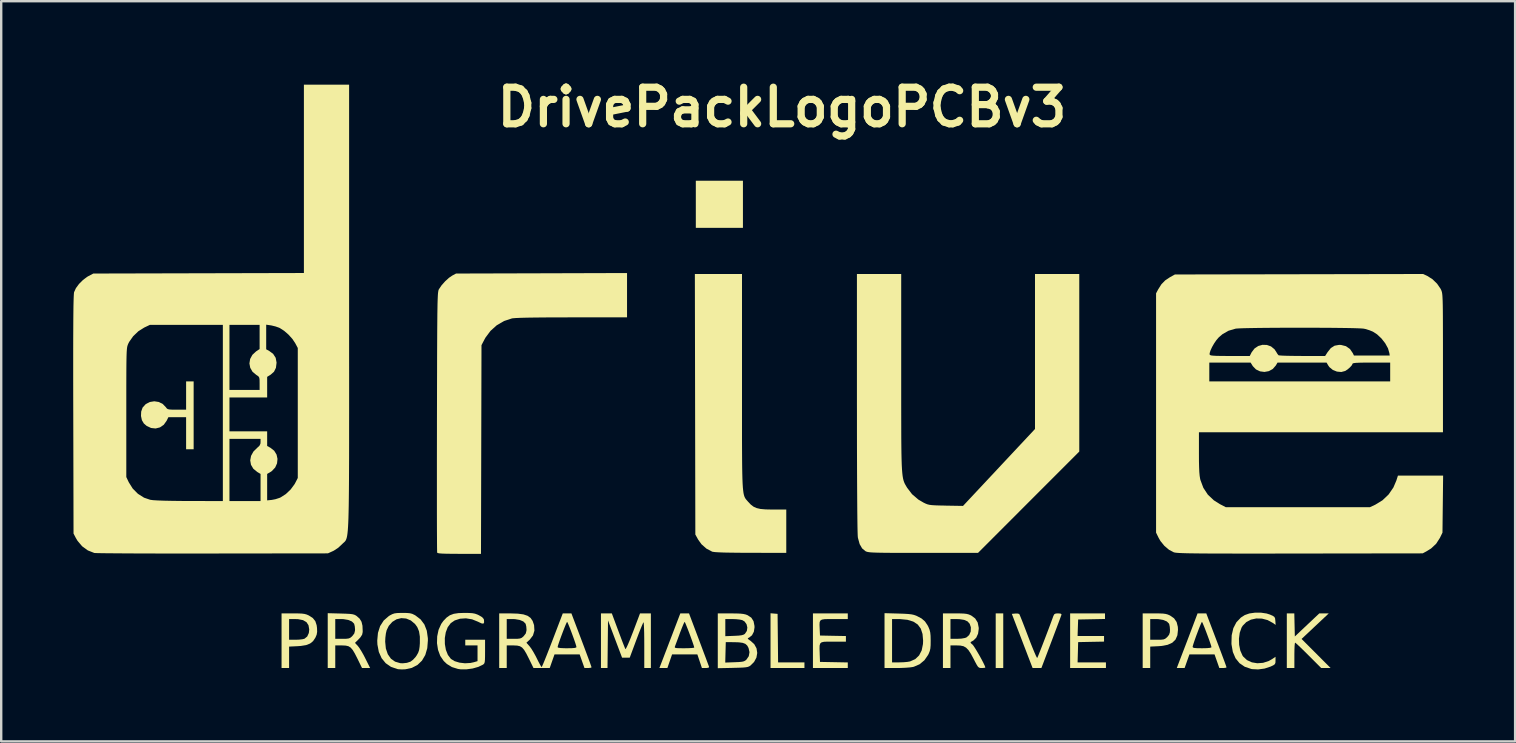
<source format=kicad_pcb>
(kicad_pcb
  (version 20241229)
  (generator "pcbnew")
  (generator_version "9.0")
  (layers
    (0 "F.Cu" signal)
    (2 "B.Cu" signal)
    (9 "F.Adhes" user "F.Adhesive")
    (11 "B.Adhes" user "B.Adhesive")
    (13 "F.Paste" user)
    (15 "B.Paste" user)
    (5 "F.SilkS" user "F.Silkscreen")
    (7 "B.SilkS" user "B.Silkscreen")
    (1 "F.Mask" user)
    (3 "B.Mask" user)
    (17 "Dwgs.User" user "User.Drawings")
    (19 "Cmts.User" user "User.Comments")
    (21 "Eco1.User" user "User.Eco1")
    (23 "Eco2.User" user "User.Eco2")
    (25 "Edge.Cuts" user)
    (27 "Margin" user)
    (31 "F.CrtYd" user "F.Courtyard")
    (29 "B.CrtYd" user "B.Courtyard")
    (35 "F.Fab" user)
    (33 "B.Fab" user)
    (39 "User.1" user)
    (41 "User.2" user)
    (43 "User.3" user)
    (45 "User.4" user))
  (footprint "DrivePackLogoPCBv3"
    (layer "F.Cu")
    (at 29.281 13.864)
    (property "Reference" "DrivePackLogoPCBv3" (at 0.254 -12.446 0) (layer "F.SilkS") (effects (font (size 1.524 1.524) (thickness 0.3))))
    (attr board_only exclude_from_pos_files exclude_from_bom)
    (fp_poly (pts (xy -1.374 -7.42) (xy -3.337 -7.42) (xy -3.337 -9.383) (xy -1.374 -9.383)) (stroke (width 0) (type solid)) (fill yes) (layer "F.SilkS"))
    (fp_poly (pts (xy 9.473 10.922) (xy 9.159 10.922) (xy 9.159 8.645) (xy 9.473 8.645)) (stroke (width 0) (type solid)) (fill yes) (layer "F.SilkS"))
    (fp_poly (pts (xy 0.07 8.665) (xy 0.081 9.676) (xy 0.091 10.686) (xy 1.189 10.686) (xy 1.189 10.922) (xy -0.224 10.922) (xy -0.224 8.64)) (stroke (width 0) (type solid)) (fill yes) (layer "F.SilkS"))
    (fp_poly (pts (xy 13.713 8.878) (xy 13.153 8.889) (xy 12.594 8.9) (xy 12.582 9.244) (xy 12.571 9.587) (xy 13.673 9.587) (xy 13.673 9.821) (xy 13.134 9.831) (xy 12.594 9.842) (xy 12.583 10.264) (xy 12.571 10.686) (xy 13.752 10.686) (xy 13.752 10.922) (xy 12.26 10.922) (xy 12.26 8.645) (xy 13.713 8.645)) (stroke (width 0) (type solid)) (fill yes) (layer "F.SilkS"))
    (fp_poly (pts (xy 2.995 8.881) (xy 2.427 8.881) (xy 2.193 8.881) (xy 2.027 8.886) (xy 1.917 8.904) (xy 1.853 8.943) (xy 1.823 9.011) (xy 1.817 9.115) (xy 1.823 9.265) (xy 1.825 9.314) (xy 1.837 9.568) (xy 2.377 9.579) (xy 2.917 9.589) (xy 2.917 9.823) (xy 2.387 9.823) (xy 2.163 9.822) (xy 2.005 9.828) (xy 1.903 9.851) (xy 1.846 9.9) (xy 1.821 9.986) (xy 1.818 10.12) (xy 1.825 10.312) (xy 1.825 10.333) (xy 1.837 10.667) (xy 2.995 10.689) (xy 2.995 10.922) (xy 1.543 10.922) (xy 1.543 8.645) (xy 2.995 8.645)) (stroke (width 0) (type solid)) (fill yes) (layer "F.SilkS"))
    (fp_poly (pts (xy 21.612 9.126) (xy 21.623 9.607) (xy 22.643 8.645) (xy 22.84 8.646) (xy 23.036 8.647) (xy 22.84 8.831) (xy 22.732 8.932) (xy 22.587 9.069) (xy 22.423 9.222) (xy 22.274 9.363) (xy 21.904 9.71) (xy 23.114 10.922) (xy 22.721 10.922) (xy 22.192 10.392) (xy 22.026 10.227) (xy 21.878 10.083) (xy 21.757 9.968) (xy 21.673 9.892) (xy 21.634 9.862) (xy 21.634 9.862) (xy 21.623 9.899) (xy 21.613 10) (xy 21.607 10.151) (xy 21.604 10.338) (xy 21.604 10.392) (xy 21.604 10.922) (xy 21.289 10.922) (xy 21.289 8.645) (xy 21.601 8.645)) (stroke (width 0) (type solid)) (fill yes) (layer "F.SilkS"))
    (fp_poly (pts (xy -24.262 1.806) (xy -24.576 1.806) (xy -24.576 0.471) (xy -25.315 0.471) (xy -25.387 0.618) (xy -25.508 0.787) (xy -25.666 0.895) (xy -25.846 0.94) (xy -26.035 0.92) (xy -26.219 0.834) (xy -26.339 0.73) (xy -26.419 0.593) (xy -26.456 0.419) (xy -26.448 0.237) (xy -26.392 0.076) (xy -26.386 0.065) (xy -26.256 -0.077) (xy -26.089 -0.163) (xy -25.904 -0.193) (xy -25.718 -0.165) (xy -25.549 -0.081) (xy -25.417 0.057) (xy -25.383 0.103) (xy -25.342 0.132) (xy -25.277 0.148) (xy -25.17 0.155) (xy -25.006 0.157) (xy -24.964 0.157) (xy -24.576 0.157) (xy -24.576 -1.021) (xy -24.262 -1.021)) (stroke (width 0) (type solid)) (fill yes) (layer "F.SilkS"))
    (fp_poly (pts (xy -6.569 9.366) (xy -6.484 9.591) (xy -6.408 9.793) (xy -6.344 9.958) (xy -6.297 10.075) (xy -6.273 10.132) (xy -6.272 10.134) (xy -6.25 10.113) (xy -6.205 10.028) (xy -6.142 9.887) (xy -6.064 9.699) (xy -5.976 9.473) (xy -5.952 9.413) (xy -5.662 8.645) (xy -5.21 8.645) (xy -5.21 10.922) (xy -5.485 10.922) (xy -5.485 9.958) (xy -5.486 9.693) (xy -5.489 9.458) (xy -5.495 9.263) (xy -5.502 9.117) (xy -5.51 9.032) (xy -5.517 9.014) (xy -5.54 9.055) (xy -5.585 9.159) (xy -5.648 9.313) (xy -5.724 9.507) (xy -5.807 9.728) (xy -5.82 9.762) (xy -6.091 10.49) (xy -6.41 10.49) (xy -6.996 8.939) (xy -7.007 9.931) (xy -7.017 10.922) (xy -7.29 10.922) (xy -7.29 8.645) (xy -6.837 8.645)) (stroke (width 0) (type solid)) (fill yes) (layer "F.SilkS"))
    (fp_poly (pts (xy -19.905 8.647) (xy -19.753 8.653) (xy -19.642 8.668) (xy -19.554 8.692) (xy -19.471 8.728) (xy -19.461 8.733) (xy -19.296 8.84) (xy -19.192 8.969) (xy -19.136 9.141) (xy -19.121 9.257) (xy -19.116 9.413) (xy -19.136 9.533) (xy -19.189 9.656) (xy -19.193 9.663) (xy -19.287 9.803) (xy -19.41 9.901) (xy -19.576 9.966) (xy -19.797 10.002) (xy -19.939 10.012) (xy -20.285 10.029) (xy -20.285 10.922) (xy -20.599 10.922) (xy -20.599 9.744) (xy -20.285 9.744) (xy -20.012 9.744) (xy -19.859 9.738) (xy -19.725 9.722) (xy -19.643 9.701) (xy -19.529 9.608) (xy -19.462 9.462) (xy -19.446 9.315) (xy -19.477 9.138) (xy -19.561 9.01) (xy -19.704 8.927) (xy -19.909 8.886) (xy -20.048 8.881) (xy -20.285 8.881) (xy -20.285 9.744) (xy -20.599 9.744) (xy -20.599 8.645) (xy -20.117 8.645)) (stroke (width 0) (type solid)) (fill yes) (layer "F.SilkS"))
    (fp_poly (pts (xy 15.977 8.647) (xy 16.13 8.653) (xy 16.241 8.668) (xy 16.329 8.692) (xy 16.413 8.729) (xy 16.422 8.733) (xy 16.591 8.851) (xy 16.697 9.005) (xy 16.748 9.207) (xy 16.754 9.332) (xy 16.729 9.559) (xy 16.651 9.737) (xy 16.516 9.868) (xy 16.321 9.955) (xy 16.061 10.003) (xy 15.941 10.012) (xy 15.597 10.029) (xy 15.597 10.922) (xy 15.283 10.922) (xy 15.283 9.744) (xy 15.597 9.744) (xy 15.894 9.744) (xy 16.05 9.742) (xy 16.151 9.73) (xy 16.22 9.703) (xy 16.282 9.653) (xy 16.307 9.63) (xy 16.383 9.536) (xy 16.416 9.434) (xy 16.421 9.332) (xy 16.412 9.204) (xy 16.39 9.097) (xy 16.379 9.071) (xy 16.29 8.982) (xy 16.138 8.918) (xy 15.939 8.884) (xy 15.834 8.881) (xy 15.597 8.881) (xy 15.597 9.744) (xy 15.283 9.744) (xy 15.283 8.645) (xy 15.765 8.645)) (stroke (width 0) (type solid)) (fill yes) (layer "F.SilkS"))
    (fp_poly (pts (xy -1.413 -1.008) (xy -1.413 -0.302) (xy -1.413 0.329) (xy -1.413 0.891) (xy -1.413 1.387) (xy -1.411 1.822) (xy -1.409 2.201) (xy -1.406 2.527) (xy -1.401 2.805) (xy -1.395 3.04) (xy -1.387 3.236) (xy -1.377 3.396) (xy -1.364 3.526) (xy -1.35 3.63) (xy -1.332 3.713) (xy -1.312 3.777) (xy -1.288 3.829) (xy -1.261 3.873) (xy -1.231 3.911) (xy -1.196 3.95) (xy -1.158 3.994) (xy -1.156 3.996) (xy -1.045 4.113) (xy -0.932 4.199) (xy -0.803 4.257) (xy -0.642 4.294) (xy -0.435 4.312) (xy -0.166 4.318) (xy -0.125 4.318) (xy 0.432 4.318) (xy 0.432 6.124) (xy -1.05 6.121) (xy -1.492 6.119) (xy -1.859 6.115) (xy -2.153 6.11) (xy -2.379 6.101) (xy -2.538 6.091) (xy -2.634 6.078) (xy -2.657 6.072) (xy -2.894 5.947) (xy -3.101 5.764) (xy -3.239 5.572) (xy -3.357 5.359) (xy -3.367 -0.069) (xy -3.377 -5.496) (xy -1.413 -5.496)) (stroke (width 0) (type solid)) (fill yes) (layer "F.SilkS"))
    (fp_poly (pts (xy 11.863 8.654) (xy 11.901 8.684) (xy 11.9 8.697) (xy 11.883 8.746) (xy 11.842 8.858) (xy 11.78 9.025) (xy 11.701 9.236) (xy 11.608 9.482) (xy 11.506 9.754) (xy 11.475 9.835) (xy 11.063 10.921) (xy 10.879 10.922) (xy 10.696 10.922) (xy 10.556 10.559) (xy 10.497 10.406) (xy 10.418 10.198) (xy 10.324 9.955) (xy 10.225 9.695) (xy 10.125 9.435) (xy 10.123 9.43) (xy 9.831 8.665) (xy 9.971 8.652) (xy 10.072 8.652) (xy 10.136 8.668) (xy 10.14 8.672) (xy 10.161 8.716) (xy 10.206 8.824) (xy 10.27 8.984) (xy 10.349 9.187) (xy 10.439 9.422) (xy 10.514 9.619) (xy 10.609 9.867) (xy 10.697 10.088) (xy 10.773 10.271) (xy 10.833 10.407) (xy 10.873 10.486) (xy 10.888 10.502) (xy 10.909 10.46) (xy 10.952 10.355) (xy 11.013 10.202) (xy 11.088 10.01) (xy 11.172 9.792) (xy 11.261 9.56) (xy 11.35 9.326) (xy 11.434 9.102) (xy 11.509 8.899) (xy 11.562 8.753) (xy 11.599 8.682) (xy 11.66 8.651) (xy 11.756 8.645)) (stroke (width 0) (type solid)) (fill yes) (layer "F.SilkS"))
    (fp_poly (pts (xy 20.212 8.615) (xy 20.447 8.65) (xy 20.583 8.693) (xy 20.703 8.746) (xy 20.769 8.791) (xy 20.799 8.849) (xy 20.81 8.941) (xy 20.811 8.954) (xy 20.823 9.125) (xy 20.712 9.046) (xy 20.488 8.924) (xy 20.251 8.862) (xy 20.014 8.857) (xy 19.792 8.906) (xy 19.599 9.009) (xy 19.449 9.162) (xy 19.403 9.237) (xy 19.327 9.453) (xy 19.294 9.701) (xy 19.302 9.956) (xy 19.351 10.196) (xy 19.44 10.398) (xy 19.472 10.445) (xy 19.63 10.592) (xy 19.832 10.685) (xy 20.06 10.723) (xy 20.3 10.705) (xy 20.534 10.63) (xy 20.676 10.55) (xy 20.818 10.453) (xy 20.818 10.611) (xy 20.814 10.702) (xy 20.79 10.761) (xy 20.728 10.807) (xy 20.612 10.862) (xy 20.363 10.944) (xy 20.094 10.98) (xy 19.841 10.967) (xy 19.81 10.961) (xy 19.538 10.87) (xy 19.318 10.72) (xy 19.152 10.515) (xy 19.04 10.255) (xy 18.985 9.941) (xy 18.982 9.9) (xy 18.992 9.556) (xy 19.061 9.26) (xy 19.189 9.014) (xy 19.375 8.819) (xy 19.537 8.715) (xy 19.728 8.648) (xy 19.963 8.615)) (stroke (width 0) (type solid)) (fill yes) (layer "F.SilkS"))
    (fp_poly (pts (xy 5.105 8.652) (xy 5.343 8.66) (xy 5.519 8.671) (xy 5.65 8.686) (xy 5.752 8.708) (xy 5.842 8.74) (xy 5.88 8.757) (xy 6.073 8.86) (xy 6.211 8.98) (xy 6.318 9.138) (xy 6.357 9.214) (xy 6.403 9.327) (xy 6.431 9.44) (xy 6.445 9.579) (xy 6.449 9.77) (xy 6.449 9.786) (xy 6.447 9.973) (xy 6.436 10.106) (xy 6.412 10.212) (xy 6.371 10.316) (xy 6.342 10.375) (xy 6.189 10.597) (xy 5.987 10.765) (xy 5.749 10.868) (xy 5.704 10.879) (xy 5.584 10.896) (xy 5.41 10.91) (xy 5.206 10.919) (xy 5.015 10.922) (xy 4.526 10.922) (xy 4.526 8.881) (xy 4.84 8.881) (xy 4.84 10.686) (xy 5.145 10.686) (xy 5.315 10.681) (xy 5.474 10.667) (xy 5.59 10.647) (xy 5.595 10.645) (xy 5.807 10.55) (xy 5.967 10.396) (xy 6.075 10.186) (xy 6.128 9.922) (xy 6.134 9.784) (xy 6.11 9.504) (xy 6.037 9.28) (xy 5.91 9.109) (xy 5.726 8.988) (xy 5.483 8.913) (xy 5.177 8.883) (xy 5.105 8.882) (xy 4.84 8.881) (xy 4.526 8.881) (xy 4.526 8.636)) (stroke (width 0) (type solid)) (fill yes) (layer "F.SilkS"))
    (fp_poly (pts (xy -18.136 8.651) (xy -17.915 8.658) (xy -17.758 8.666) (xy -17.649 8.679) (xy -17.571 8.699) (xy -17.51 8.728) (xy -17.468 8.756) (xy -17.345 8.865) (xy -17.267 8.994) (xy -17.227 9.161) (xy -17.218 9.383) (xy -17.219 9.425) (xy -17.241 9.531) (xy -17.309 9.638) (xy -17.381 9.716) (xy -17.54 9.875) (xy -17.425 9.996) (xy -17.36 10.081) (xy -17.274 10.217) (xy -17.179 10.383) (xy -17.109 10.52) (xy -16.908 10.922) (xy -17.246 10.922) (xy -17.44 10.525) (xy -17.547 10.315) (xy -17.636 10.167) (xy -17.72 10.07) (xy -17.812 10.013) (xy -17.925 9.987) (xy -18.07 9.98) (xy -18.092 9.98) (xy -18.361 9.98) (xy -18.361 10.922) (xy -18.675 10.922) (xy -18.675 9.705) (xy -18.361 9.705) (xy -18.064 9.705) (xy -17.908 9.703) (xy -17.808 9.691) (xy -17.738 9.664) (xy -17.676 9.614) (xy -17.652 9.59) (xy -17.569 9.484) (xy -17.539 9.365) (xy -17.537 9.313) (xy -17.547 9.189) (xy -17.572 9.087) (xy -17.579 9.071) (xy -17.669 8.982) (xy -17.82 8.918) (xy -18.019 8.884) (xy -18.124 8.881) (xy -18.361 8.881) (xy -18.361 9.705) (xy -18.675 9.705) (xy -18.675 8.637)) (stroke (width 0) (type solid)) (fill yes) (layer "F.SilkS"))
    (fp_poly (pts (xy 17.933 8.645) (xy 18.355 9.755) (xy 18.46 10.033) (xy 18.556 10.288) (xy 18.639 10.51) (xy 18.706 10.69) (xy 18.752 10.818) (xy 18.775 10.886) (xy 18.777 10.893) (xy 18.742 10.912) (xy 18.656 10.921) (xy 18.627 10.922) (xy 18.477 10.922) (xy 18.377 10.637) (xy 18.277 10.353) (xy 17.231 10.353) (xy 17.03 10.922) (xy 16.867 10.922) (xy 16.704 10.922) (xy 16.956 10.264) (xy 17.041 10.042) (xy 17.364 10.042) (xy 17.379 10.068) (xy 17.432 10.085) (xy 17.537 10.094) (xy 17.704 10.097) (xy 17.756 10.098) (xy 17.964 10.093) (xy 18.095 10.08) (xy 18.148 10.059) (xy 18.149 10.054) (xy 18.136 9.998) (xy 18.101 9.89) (xy 18.051 9.745) (xy 17.99 9.579) (xy 17.926 9.408) (xy 17.865 9.249) (xy 17.811 9.117) (xy 17.772 9.028) (xy 17.753 8.998) (xy 17.731 9.033) (xy 17.69 9.125) (xy 17.635 9.26) (xy 17.574 9.42) (xy 17.51 9.59) (xy 17.452 9.754) (xy 17.404 9.895) (xy 17.373 9.998) (xy 17.364 10.042) (xy 17.041 10.042) (xy 17.055 10.006) (xy 17.161 9.728) (xy 17.263 9.459) (xy 17.352 9.224) (xy 17.389 9.126) (xy 17.57 8.645)) (stroke (width 0) (type solid)) (fill yes) (layer "F.SilkS"))
    (fp_poly (pts (xy -3.801 8.646) (xy -3.62 8.647) (xy -3.21 9.735) (xy -3.106 10.012) (xy -3.011 10.267) (xy -2.927 10.489) (xy -2.86 10.67) (xy -2.812 10.798) (xy -2.787 10.866) (xy -2.784 10.873) (xy -2.802 10.907) (xy -2.889 10.921) (xy -2.925 10.922) (xy -3.083 10.922) (xy -3.178 10.637) (xy -3.273 10.353) (xy -4.326 10.353) (xy -4.424 10.637) (xy -4.522 10.922) (xy -4.855 10.922) (xy -4.783 10.736) (xy -4.749 10.648) (xy -4.692 10.499) (xy -4.616 10.301) (xy -4.526 10.068) (xy -4.523 10.059) (xy -4.215 10.059) (xy -4.195 10.079) (xy -4.137 10.091) (xy -4.027 10.096) (xy -3.853 10.098) (xy -3.82 10.098) (xy -3.65 10.095) (xy -3.513 10.088) (xy -3.426 10.078) (xy -3.403 10.068) (xy -3.416 10.015) (xy -3.45 9.909) (xy -3.5 9.765) (xy -3.56 9.599) (xy -3.624 9.427) (xy -3.687 9.265) (xy -3.741 9.129) (xy -3.781 9.035) (xy -3.802 8.998) (xy -3.802 8.998) (xy -3.825 9.033) (xy -3.868 9.128) (xy -3.925 9.269) (xy -3.992 9.443) (xy -4.005 9.479) (xy -4.074 9.666) (xy -4.135 9.83) (xy -4.182 9.955) (xy -4.208 10.025) (xy -4.21 10.029) (xy -4.215 10.059) (xy -4.523 10.059) (xy -4.428 9.81) (xy -4.346 9.597) (xy -3.983 8.645)) (stroke (width 0) (type solid)) (fill yes) (layer "F.SilkS"))
    (fp_poly (pts (xy -12.787 8.628) (xy -12.646 8.637) (xy -12.54 8.657) (xy -12.444 8.691) (xy -12.374 8.724) (xy -12.241 8.803) (xy -12.176 8.878) (xy -12.165 8.913) (xy -12.159 9.02) (xy -12.186 9.07) (xy -12.255 9.066) (xy -12.375 9.012) (xy -12.409 8.994) (xy -12.658 8.893) (xy -12.914 8.851) (xy -13.162 8.867) (xy -13.384 8.939) (xy -13.55 9.053) (xy -13.674 9.219) (xy -13.756 9.432) (xy -13.796 9.673) (xy -13.794 9.923) (xy -13.752 10.164) (xy -13.668 10.376) (xy -13.543 10.54) (xy -13.539 10.543) (xy -13.388 10.636) (xy -13.186 10.697) (xy -12.959 10.724) (xy -12.729 10.711) (xy -12.585 10.68) (xy -12.433 10.635) (xy -12.433 9.98) (xy -12.944 9.98) (xy -12.944 9.744) (xy -12.119 9.744) (xy -12.119 10.234) (xy -12.12 10.439) (xy -12.124 10.579) (xy -12.133 10.67) (xy -12.15 10.725) (xy -12.178 10.76) (xy -12.208 10.782) (xy -12.399 10.874) (xy -12.636 10.941) (xy -12.891 10.976) (xy -13.134 10.976) (xy -13.247 10.96) (xy -13.5 10.882) (xy -13.71 10.753) (xy -13.842 10.628) (xy -13.986 10.417) (xy -14.079 10.165) (xy -14.122 9.887) (xy -14.114 9.603) (xy -14.056 9.329) (xy -13.946 9.084) (xy -13.856 8.958) (xy -13.721 8.818) (xy -13.583 8.722) (xy -13.424 8.663) (xy -13.225 8.633) (xy -12.983 8.625)) (stroke (width 0) (type solid)) (fill yes) (layer "F.SilkS"))
    (fp_poly (pts (xy 7.678 8.647) (xy 7.833 8.653) (xy 7.945 8.666) (xy 8.033 8.688) (xy 8.113 8.722) (xy 8.137 8.733) (xy 8.304 8.857) (xy 8.408 9.025) (xy 8.451 9.241) (xy 8.452 9.292) (xy 8.424 9.491) (xy 8.348 9.658) (xy 8.232 9.773) (xy 8.209 9.786) (xy 8.126 9.833) (xy 8.109 9.868) (xy 8.155 9.915) (xy 8.188 9.94) (xy 8.234 9.996) (xy 8.304 10.102) (xy 8.39 10.244) (xy 8.483 10.404) (xy 8.572 10.566) (xy 8.648 10.712) (xy 8.703 10.828) (xy 8.727 10.895) (xy 8.727 10.899) (xy 8.692 10.914) (xy 8.606 10.921) (xy 8.58 10.922) (xy 8.513 10.919) (xy 8.463 10.904) (xy 8.418 10.864) (xy 8.367 10.786) (xy 8.298 10.658) (xy 8.243 10.55) (xy 8.126 10.332) (xy 8.024 10.176) (xy 7.925 10.074) (xy 7.817 10.013) (xy 7.685 9.986) (xy 7.546 9.98) (xy 7.274 9.98) (xy 7.274 10.922) (xy 6.96 10.922) (xy 6.96 9.705) (xy 7.274 9.705) (xy 7.551 9.705) (xy 7.731 9.696) (xy 7.876 9.67) (xy 7.938 9.648) (xy 8.053 9.547) (xy 8.118 9.401) (xy 8.124 9.232) (xy 8.121 9.215) (xy 8.073 9.075) (xy 7.983 8.977) (xy 7.842 8.915) (xy 7.642 8.885) (xy 7.485 8.881) (xy 7.274 8.881) (xy 7.274 9.705) (xy 6.96 9.705) (xy 6.96 8.645) (xy 7.462 8.645)) (stroke (width 0) (type solid)) (fill yes) (layer "F.SilkS"))
    (fp_poly (pts (xy -6.203 -3.69) (xy -8.497 -3.69) (xy -9.077 -3.689) (xy -9.58 -3.687) (xy -10.005 -3.683) (xy -10.355 -3.678) (xy -10.631 -3.671) (xy -10.833 -3.662) (xy -10.962 -3.652) (xy -11 -3.646) (xy -11.329 -3.537) (xy -11.631 -3.361) (xy -11.893 -3.126) (xy -12.103 -2.844) (xy -12.143 -2.771) (xy -12.268 -2.532) (xy -12.289 6.164) (xy -13.193 6.164) (xy -13.499 6.162) (xy -13.735 6.159) (xy -13.907 6.153) (xy -14.023 6.144) (xy -14.09 6.131) (xy -14.115 6.114) (xy -14.115 6.114) (xy -14.117 6.07) (xy -14.119 5.951) (xy -14.121 5.763) (xy -14.122 5.51) (xy -14.124 5.197) (xy -14.125 4.828) (xy -14.126 4.408) (xy -14.126 3.941) (xy -14.126 3.432) (xy -14.126 2.885) (xy -14.126 2.305) (xy -14.125 1.696) (xy -14.124 1.063) (xy -14.124 0.667) (xy -14.122 -0.093) (xy -14.121 -0.779) (xy -14.119 -1.394) (xy -14.118 -1.942) (xy -14.116 -2.427) (xy -14.114 -2.854) (xy -14.112 -3.226) (xy -14.109 -3.548) (xy -14.107 -3.822) (xy -14.103 -4.053) (xy -14.1 -4.246) (xy -14.095 -4.403) (xy -14.09 -4.529) (xy -14.085 -4.628) (xy -14.079 -4.704) (xy -14.071 -4.761) (xy -14.064 -4.803) (xy -14.055 -4.833) (xy -14.045 -4.856) (xy -14.041 -4.863) (xy -13.931 -5.026) (xy -13.782 -5.193) (xy -13.622 -5.339) (xy -13.487 -5.431) (xy -13.328 -5.516) (xy -9.765 -5.526) (xy -6.203 -5.537)) (stroke (width 0) (type solid)) (fill yes) (layer "F.SilkS"))
    (fp_poly (pts (xy -15.376 8.628) (xy -15.251 8.639) (xy -15.154 8.664) (xy -15.062 8.708) (xy -15.021 8.731) (xy -14.804 8.897) (xy -14.647 9.108) (xy -14.547 9.366) (xy -14.503 9.678) (xy -14.501 9.764) (xy -14.527 10.094) (xy -14.61 10.379) (xy -14.748 10.614) (xy -14.936 10.794) (xy -15.172 10.916) (xy -15.437 10.974) (xy -15.585 10.98) (xy -15.727 10.972) (xy -15.77 10.965) (xy -16.04 10.873) (xy -16.26 10.72) (xy -16.43 10.512) (xy -16.546 10.251) (xy -16.605 9.943) (xy -16.61 9.823) (xy -16.281 9.823) (xy -16.253 10.109) (xy -16.172 10.347) (xy -16.043 10.531) (xy -15.869 10.656) (xy -15.653 10.719) (xy -15.554 10.725) (xy -15.377 10.706) (xy -15.225 10.656) (xy -15.22 10.653) (xy -15.119 10.576) (xy -15.015 10.462) (xy -14.968 10.395) (xy -14.906 10.284) (xy -14.868 10.174) (xy -14.847 10.038) (xy -14.836 9.889) (xy -14.836 9.613) (xy -14.871 9.393) (xy -14.945 9.214) (xy -15.035 9.09) (xy -15.212 8.94) (xy -15.408 8.859) (xy -15.611 8.843) (xy -15.808 8.891) (xy -15.986 9) (xy -16.132 9.166) (xy -16.22 9.347) (xy -16.252 9.483) (xy -16.274 9.662) (xy -16.281 9.823) (xy -16.61 9.823) (xy -16.612 9.784) (xy -16.582 9.457) (xy -16.492 9.175) (xy -16.342 8.942) (xy -16.133 8.76) (xy -16.088 8.731) (xy -15.99 8.679) (xy -15.898 8.647) (xy -15.787 8.631) (xy -15.633 8.626) (xy -15.554 8.625)) (stroke (width 0) (type solid)) (fill yes) (layer "F.SilkS"))
    (fp_poly (pts (xy -1.883 8.646) (xy -1.65 8.648) (xy -1.479 8.655) (xy -1.354 8.669) (xy -1.258 8.691) (xy -1.179 8.721) (xy -1.025 8.824) (xy -0.932 8.97) (xy -0.893 9.166) (xy -0.891 9.227) (xy -0.919 9.41) (xy -0.997 9.558) (xy -1.114 9.652) (xy -1.135 9.661) (xy -1.173 9.683) (xy -1.161 9.713) (xy -1.092 9.765) (xy -1.061 9.785) (xy -0.902 9.928) (xy -0.807 10.103) (xy -0.778 10.294) (xy -0.812 10.488) (xy -0.911 10.671) (xy -1.063 10.821) (xy -1.112 10.852) (xy -1.171 10.875) (xy -1.254 10.891) (xy -1.375 10.902) (xy -1.546 10.909) (xy -1.782 10.915) (xy -1.797 10.916) (xy -2.422 10.929) (xy -2.422 10.694) (xy -2.111 10.694) (xy -1.72 10.68) (xy -1.536 10.672) (xy -1.412 10.66) (xy -1.33 10.64) (xy -1.27 10.607) (xy -1.229 10.572) (xy -1.13 10.429) (xy -1.101 10.26) (xy -1.14 10.087) (xy -1.196 9.985) (xy -1.273 9.915) (xy -1.385 9.873) (xy -1.547 9.851) (xy -1.735 9.845) (xy -2.089 9.842) (xy -2.1 10.268) (xy -2.111 10.694) (xy -2.422 10.694) (xy -2.422 9.595) (xy -2.108 9.595) (xy -1.739 9.581) (xy -1.549 9.571) (xy -1.42 9.554) (xy -1.337 9.527) (xy -1.292 9.497) (xy -1.211 9.377) (xy -1.19 9.236) (xy -1.223 9.097) (xy -1.306 8.982) (xy -1.403 8.925) (xy -1.508 8.903) (xy -1.658 8.887) (xy -1.82 8.881) (xy -2.108 8.881) (xy -2.108 9.595) (xy -2.422 9.595) (xy -2.422 8.645)) (stroke (width 0) (type solid)) (fill yes) (layer "F.SilkS"))
    (fp_poly (pts (xy 5.221 -1.382) (xy 5.221 -0.703) (xy 5.221 -0.098) (xy 5.222 0.438) (xy 5.223 0.909) (xy 5.224 1.321) (xy 5.227 1.677) (xy 5.231 1.983) (xy 5.237 2.243) (xy 5.244 2.462) (xy 5.254 2.644) (xy 5.266 2.795) (xy 5.28 2.918) (xy 5.297 3.019) (xy 5.317 3.102) (xy 5.34 3.171) (xy 5.366 3.232) (xy 5.397 3.29) (xy 5.431 3.348) (xy 5.468 3.41) (xy 5.673 3.678) (xy 5.936 3.903) (xy 6.159 4.033) (xy 6.241 4.072) (xy 6.316 4.101) (xy 6.398 4.121) (xy 6.501 4.134) (xy 6.64 4.143) (xy 6.828 4.149) (xy 7.081 4.154) (xy 7.088 4.155) (xy 7.797 4.167) (xy 9.296 2.565) (xy 10.796 0.962) (xy 10.796 -2.267) (xy 10.796 -5.496) (xy 12.641 -5.496) (xy 12.641 1.902) (xy 10.531 4.013) (xy 8.422 6.124) (xy 6.144 6.124) (xy 5.662 6.124) (xy 5.252 6.124) (xy 4.908 6.123) (xy 4.624 6.121) (xy 4.393 6.118) (xy 4.209 6.114) (xy 4.066 6.109) (xy 3.957 6.103) (xy 3.877 6.094) (xy 3.818 6.084) (xy 3.775 6.072) (xy 3.741 6.057) (xy 3.731 6.052) (xy 3.593 5.937) (xy 3.49 5.759) (xy 3.422 5.513) (xy 3.414 5.472) (xy 3.409 5.4) (xy 3.404 5.252) (xy 3.399 5.032) (xy 3.395 4.743) (xy 3.391 4.388) (xy 3.388 3.969) (xy 3.385 3.491) (xy 3.382 2.955) (xy 3.38 2.366) (xy 3.378 1.726) (xy 3.377 1.039) (xy 3.377 0.306) (xy 3.376 -0.128) (xy 3.376 -5.496) (xy 5.221 -5.496)) (stroke (width 0) (type solid)) (fill yes) (layer "F.SilkS"))
    (fp_poly (pts (xy -8.101 9.754) (xy -7.996 10.033) (xy -7.901 10.287) (xy -7.818 10.509) (xy -7.752 10.689) (xy -7.707 10.817) (xy -7.684 10.885) (xy -7.682 10.893) (xy -7.717 10.911) (xy -7.804 10.921) (xy -7.83 10.922) (xy -7.977 10.922) (xy -8.178 10.353) (xy -9.225 10.353) (xy -9.325 10.637) (xy -9.425 10.922) (xy -10.101 10.922) (xy -10.295 10.525) (xy -10.402 10.315) (xy -10.491 10.167) (xy -10.575 10.07) (xy -10.667 10.013) (xy -10.78 9.987) (xy -10.925 9.98) (xy -10.947 9.98) (xy -11.216 9.98) (xy -11.216 10.922) (xy -11.53 10.922) (xy -11.53 9.705) (xy -11.216 9.705) (xy -10.919 9.705) (xy -10.763 9.703) (xy -10.663 9.691) (xy -10.593 9.664) (xy -10.531 9.614) (xy -10.507 9.59) (xy -10.424 9.484) (xy -10.394 9.365) (xy -10.392 9.313) (xy -10.402 9.189) (xy -10.427 9.087) (xy -10.434 9.071) (xy -10.524 8.982) (xy -10.675 8.918) (xy -10.875 8.884) (xy -10.979 8.881) (xy -11.216 8.881) (xy -11.216 9.705) (xy -11.53 9.705) (xy -11.53 8.645) (xy -11.049 8.646) (xy -10.752 8.656) (xy -10.521 8.687) (xy -10.348 8.745) (xy -10.223 8.834) (xy -10.137 8.959) (xy -10.08 9.125) (xy -10.076 9.144) (xy -10.063 9.364) (xy -10.123 9.565) (xy -10.253 9.735) (xy -10.255 9.737) (xy -10.396 9.867) (xy -10.267 10.013) (xy -10.192 10.113) (xy -10.101 10.261) (xy -10.007 10.431) (xy -9.962 10.521) (xy -9.887 10.672) (xy -9.822 10.792) (xy -9.777 10.866) (xy -9.761 10.883) (xy -9.742 10.847) (xy -9.698 10.748) (xy -9.633 10.592) (xy -9.552 10.39) (xy -9.458 10.15) (xy -9.419 10.052) (xy -9.096 10.052) (xy -9.065 10.075) (xy -8.968 10.09) (xy -8.801 10.097) (xy -8.704 10.098) (xy -8.511 10.095) (xy -8.387 10.085) (xy -8.324 10.067) (xy -8.311 10.049) (xy -8.324 9.991) (xy -8.358 9.881) (xy -8.408 9.735) (xy -8.468 9.569) (xy -8.531 9.399) (xy -8.592 9.24) (xy -8.645 9.11) (xy -8.683 9.025) (xy -8.701 8.998) (xy -8.722 9.033) (xy -8.763 9.125) (xy -8.818 9.26) (xy -8.88 9.421) (xy -8.944 9.591) (xy -9.004 9.756) (xy -9.053 9.899) (xy -9.086 10.003) (xy -9.096 10.052) (xy -9.419 10.052) (xy -9.353 9.881) (xy -9.308 9.764) (xy -8.881 8.645) (xy -8.521 8.645)) (stroke (width 0) (type solid)) (fill yes) (layer "F.SilkS"))
    (fp_poly (pts (xy 27.146 -5.414) (xy 27.359 -5.279) (xy 27.551 -5.092) (xy 27.696 -4.881) (xy 27.712 -4.848) (xy 27.728 -4.814) (xy 27.741 -4.777) (xy 27.753 -4.734) (xy 27.763 -4.677) (xy 27.771 -4.602) (xy 27.777 -4.502) (xy 27.783 -4.372) (xy 27.787 -4.207) (xy 27.79 -4.001) (xy 27.792 -3.749) (xy 27.793 -3.443) (xy 27.794 -3.08) (xy 27.795 -2.654) (xy 27.795 -2.158) (xy 27.795 -1.787) (xy 27.795 1.099) (xy 17.627 1.099) (xy 17.627 1.974) (xy 17.628 2.299) (xy 17.634 2.555) (xy 17.643 2.756) (xy 17.657 2.911) (xy 17.676 3.032) (xy 17.688 3.083) (xy 17.811 3.413) (xy 17.997 3.696) (xy 18.246 3.932) (xy 18.499 4.092) (xy 18.746 4.22) (xy 24.752 4.22) (xy 24.977 4.115) (xy 25.276 3.932) (xy 25.53 3.69) (xy 25.73 3.399) (xy 25.853 3.111) (xy 25.919 2.905) (xy 27.802 2.905) (xy 27.775 5.28) (xy 27.666 5.503) (xy 27.51 5.745) (xy 27.301 5.94) (xy 27.116 6.055) (xy 26.951 6.144) (xy 21.847 6.151) (xy 21.099 6.152) (xy 20.426 6.153) (xy 19.823 6.153) (xy 19.287 6.153) (xy 18.813 6.152) (xy 18.398 6.151) (xy 18.038 6.15) (xy 17.729 6.148) (xy 17.467 6.145) (xy 17.247 6.142) (xy 17.066 6.138) (xy 16.921 6.133) (xy 16.806 6.128) (xy 16.718 6.122) (xy 16.653 6.115) (xy 16.608 6.107) (xy 16.58 6.1) (xy 16.379 5.994) (xy 16.187 5.831) (xy 16.025 5.632) (xy 15.951 5.505) (xy 15.841 5.28) (xy 15.841 -1.021) (xy 18.059 -1.021) (xy 25.596 -1.021) (xy 25.596 -1.806) (xy 24.811 -1.806) (xy 24.534 -1.805) (xy 24.327 -1.801) (xy 24.181 -1.795) (xy 24.088 -1.785) (xy 24.039 -1.771) (xy 24.026 -1.754) (xy 23.997 -1.692) (xy 23.922 -1.608) (xy 23.824 -1.523) (xy 23.724 -1.457) (xy 23.559 -1.413) (xy 23.378 -1.43) (xy 23.205 -1.5) (xy 23.064 -1.616) (xy 23.013 -1.689) (xy 22.946 -1.805) (xy 20.902 -1.806) (xy 20.831 -1.685) (xy 20.704 -1.539) (xy 20.54 -1.449) (xy 20.357 -1.416) (xy 20.173 -1.44) (xy 20.005 -1.52) (xy 19.871 -1.658) (xy 19.862 -1.673) (xy 19.78 -1.806) (xy 18.059 -1.806) (xy 18.059 -1.021) (xy 15.841 -1.021) (xy 15.841 -2.197) (xy 18.073 -2.197) (xy 18.073 -2.139) (xy 18.092 -2.119) (xy 18.136 -2.104) (xy 18.216 -2.094) (xy 18.34 -2.087) (xy 18.519 -2.083) (xy 18.762 -2.081) (xy 18.92 -2.081) (xy 19.745 -2.081) (xy 19.823 -2.234) (xy 19.943 -2.393) (xy 20.099 -2.497) (xy 20.277 -2.546) (xy 20.46 -2.54) (xy 20.631 -2.479) (xy 20.775 -2.361) (xy 20.845 -2.256) (xy 20.898 -2.167) (xy 20.943 -2.112) (xy 20.944 -2.111) (xy 20.993 -2.103) (xy 21.109 -2.095) (xy 21.281 -2.089) (xy 21.498 -2.085) (xy 21.748 -2.082) (xy 21.935 -2.081) (xy 22.886 -2.081) (xy 22.987 -2.239) (xy 23.123 -2.41) (xy 23.279 -2.509) (xy 23.465 -2.543) (xy 23.546 -2.541) (xy 23.753 -2.489) (xy 23.921 -2.371) (xy 24.039 -2.198) (xy 24.086 -2.1) (xy 25.577 -2.1) (xy 25.563 -2.198) (xy 25.505 -2.399) (xy 25.389 -2.61) (xy 25.232 -2.811) (xy 25.05 -2.982) (xy 24.878 -3.093) (xy 24.73 -3.154) (xy 24.561 -3.205) (xy 24.497 -3.219) (xy 24.414 -3.227) (xy 24.261 -3.234) (xy 24.046 -3.241) (xy 23.778 -3.246) (xy 23.466 -3.25) (xy 23.117 -3.254) (xy 22.741 -3.256) (xy 22.345 -3.258) (xy 21.939 -3.259) (xy 21.53 -3.258) (xy 21.127 -3.257) (xy 20.739 -3.255) (xy 20.374 -3.252) (xy 20.041 -3.248) (xy 19.747 -3.243) (xy 19.502 -3.238) (xy 19.314 -3.231) (xy 19.191 -3.223) (xy 19.155 -3.219) (xy 18.861 -3.133) (xy 18.61 -2.99) (xy 18.454 -2.857) (xy 18.356 -2.743) (xy 18.259 -2.602) (xy 18.173 -2.451) (xy 18.108 -2.31) (xy 18.073 -2.197) (xy 15.841 -2.197) (xy 15.841 -4.691) (xy 15.927 -4.853) (xy 16.063 -5.068) (xy 16.22 -5.23) (xy 16.416 -5.361) (xy 16.626 -5.477) (xy 26.969 -5.497)) (stroke (width 0) (type solid)) (fill yes) (layer "F.SilkS"))
    (fp_poly (pts (xy -17.784 -4.09) (xy -17.784 -3.067) (xy -17.784 -2.12) (xy -17.783 -1.245) (xy -17.783 -0.44) (xy -17.783 0.299) (xy -17.784 0.974) (xy -17.784 1.588) (xy -17.785 2.144) (xy -17.787 2.646) (xy -17.789 3.096) (xy -17.792 3.497) (xy -17.796 3.852) (xy -17.8 4.164) (xy -17.806 4.436) (xy -17.812 4.672) (xy -17.82 4.873) (xy -17.829 5.044) (xy -17.839 5.186) (xy -17.851 5.303) (xy -17.864 5.398) (xy -17.879 5.474) (xy -17.896 5.534) (xy -17.914 5.581) (xy -17.934 5.617) (xy -17.956 5.646) (xy -17.98 5.671) (xy -18.007 5.695) (xy -18.035 5.72) (xy -18.066 5.75) (xy -18.081 5.765) (xy -18.239 5.912) (xy -18.416 6.028) (xy -18.46 6.05) (xy -18.667 6.144) (xy -23.476 6.15) (xy -24.086 6.151) (xy -24.676 6.151) (xy -25.24 6.15) (xy -25.774 6.15) (xy -26.273 6.148) (xy -26.731 6.147) (xy -27.145 6.145) (xy -27.508 6.142) (xy -27.817 6.14) (xy -28.066 6.137) (xy -28.25 6.134) (xy -28.364 6.13) (xy -28.403 6.127) (xy -28.671 6.021) (xy -28.908 5.849) (xy -29.102 5.619) (xy -29.175 5.496) (xy -29.267 5.319) (xy -29.272 2.964) (xy -27.068 2.964) (xy -26.966 3.18) (xy -26.8 3.445) (xy -26.583 3.663) (xy -26.328 3.824) (xy -26.073 3.911) (xy -25.956 3.927) (xy -25.763 3.939) (xy -25.494 3.949) (xy -25.148 3.956) (xy -24.724 3.961) (xy -24.448 3.962) (xy -23.045 3.965) (xy -22.77 3.965) (xy -21.474 3.965) (xy -21.474 2.834) (xy -21.611 2.753) (xy -21.775 2.618) (xy -21.873 2.453) (xy -21.905 2.269) (xy -21.87 2.081) (xy -21.77 1.9) (xy -21.615 1.747) (xy -21.521 1.661) (xy -21.48 1.576) (xy -21.474 1.507) (xy -21.474 1.374) (xy -22.77 1.374) (xy -22.77 3.965) (xy -23.045 3.965) (xy -23.045 1.06) (xy -22.77 1.06) (xy -21.199 1.06) (xy -21.199 1.67) (xy -21.061 1.745) (xy -20.905 1.868) (xy -20.807 2.028) (xy -20.768 2.208) (xy -20.787 2.393) (xy -20.864 2.566) (xy -21 2.711) (xy -21.062 2.753) (xy -21.199 2.834) (xy -21.199 3.936) (xy -21.009 3.917) (xy -20.853 3.887) (xy -20.688 3.834) (xy -20.635 3.81) (xy -20.421 3.673) (xy -20.221 3.483) (xy -20.059 3.264) (xy -20.022 3.196) (xy -19.923 3.003) (xy -19.923 -2.414) (xy -20.028 -2.611) (xy -20.147 -2.79) (xy -20.309 -2.97) (xy -20.49 -3.128) (xy -20.667 -3.242) (xy -20.7 -3.258) (xy -20.849 -3.311) (xy -21.013 -3.351) (xy -21.052 -3.358) (xy -21.239 -3.385) (xy -21.239 -2.358) (xy -21.126 -2.299) (xy -20.951 -2.171) (xy -20.844 -2.005) (xy -20.807 -1.805) (xy -20.807 -1.801) (xy -20.833 -1.588) (xy -20.914 -1.424) (xy -21.056 -1.299) (xy -21.061 -1.296) (xy -21.199 -1.211) (xy -21.199 -0.353) (xy -22.77 -0.353) (xy -22.77 1.06) (xy -23.045 1.06) (xy -23.045 -0.667) (xy -22.77 -0.667) (xy -21.513 -0.667) (xy -21.513 -0.938) (xy -21.515 -1.082) (xy -21.526 -1.169) (xy -21.555 -1.223) (xy -21.61 -1.266) (xy -21.648 -1.289) (xy -21.808 -1.422) (xy -21.904 -1.588) (xy -21.938 -1.771) (xy -21.908 -1.956) (xy -21.815 -2.128) (xy -21.659 -2.273) (xy -21.657 -2.274) (xy -21.513 -2.369) (xy -21.513 -3.376) (xy -22.77 -3.376) (xy -22.77 -0.667) (xy -23.045 -0.667) (xy -23.045 -3.376) (xy -24.566 -3.376) (xy -26.087 -3.376) (xy -26.323 -3.264) (xy -26.566 -3.111) (xy -26.783 -2.903) (xy -26.951 -2.664) (xy -26.984 -2.598) (xy -27 -2.561) (xy -27.014 -2.523) (xy -27.027 -2.478) (xy -27.037 -2.421) (xy -27.045 -2.345) (xy -27.052 -2.245) (xy -27.057 -2.114) (xy -27.061 -1.947) (xy -27.064 -1.739) (xy -27.066 -1.482) (xy -27.067 -1.172) (xy -27.068 -0.803) (xy -27.068 -0.368) (xy -27.068 0.138) (xy -27.068 0.275) (xy -27.068 2.964) (xy -29.272 2.964) (xy -29.278 0.373) (xy -29.28 -0.405) (xy -29.281 -1.108) (xy -29.281 -1.738) (xy -29.281 -2.298) (xy -29.28 -2.792) (xy -29.278 -3.223) (xy -29.276 -3.594) (xy -29.273 -3.907) (xy -29.27 -4.166) (xy -29.265 -4.373) (xy -29.26 -4.532) (xy -29.254 -4.646) (xy -29.248 -4.718) (xy -29.243 -4.742) (xy -29.168 -4.907) (xy -29.039 -5.082) (xy -28.875 -5.247) (xy -28.695 -5.381) (xy -28.643 -5.41) (xy -28.443 -5.516) (xy -19.668 -5.538) (xy -19.668 -13.387) (xy -17.784 -13.387)) (stroke (width 0) (type solid)) (fill yes) (layer "F.SilkS")))
  (gr_rect
    (start -3 -3)
    (end 60.083 27.844)
    (stroke (width 0.1) (type default))
    (fill no)
    (layer "Edge.Cuts")))
</source>
